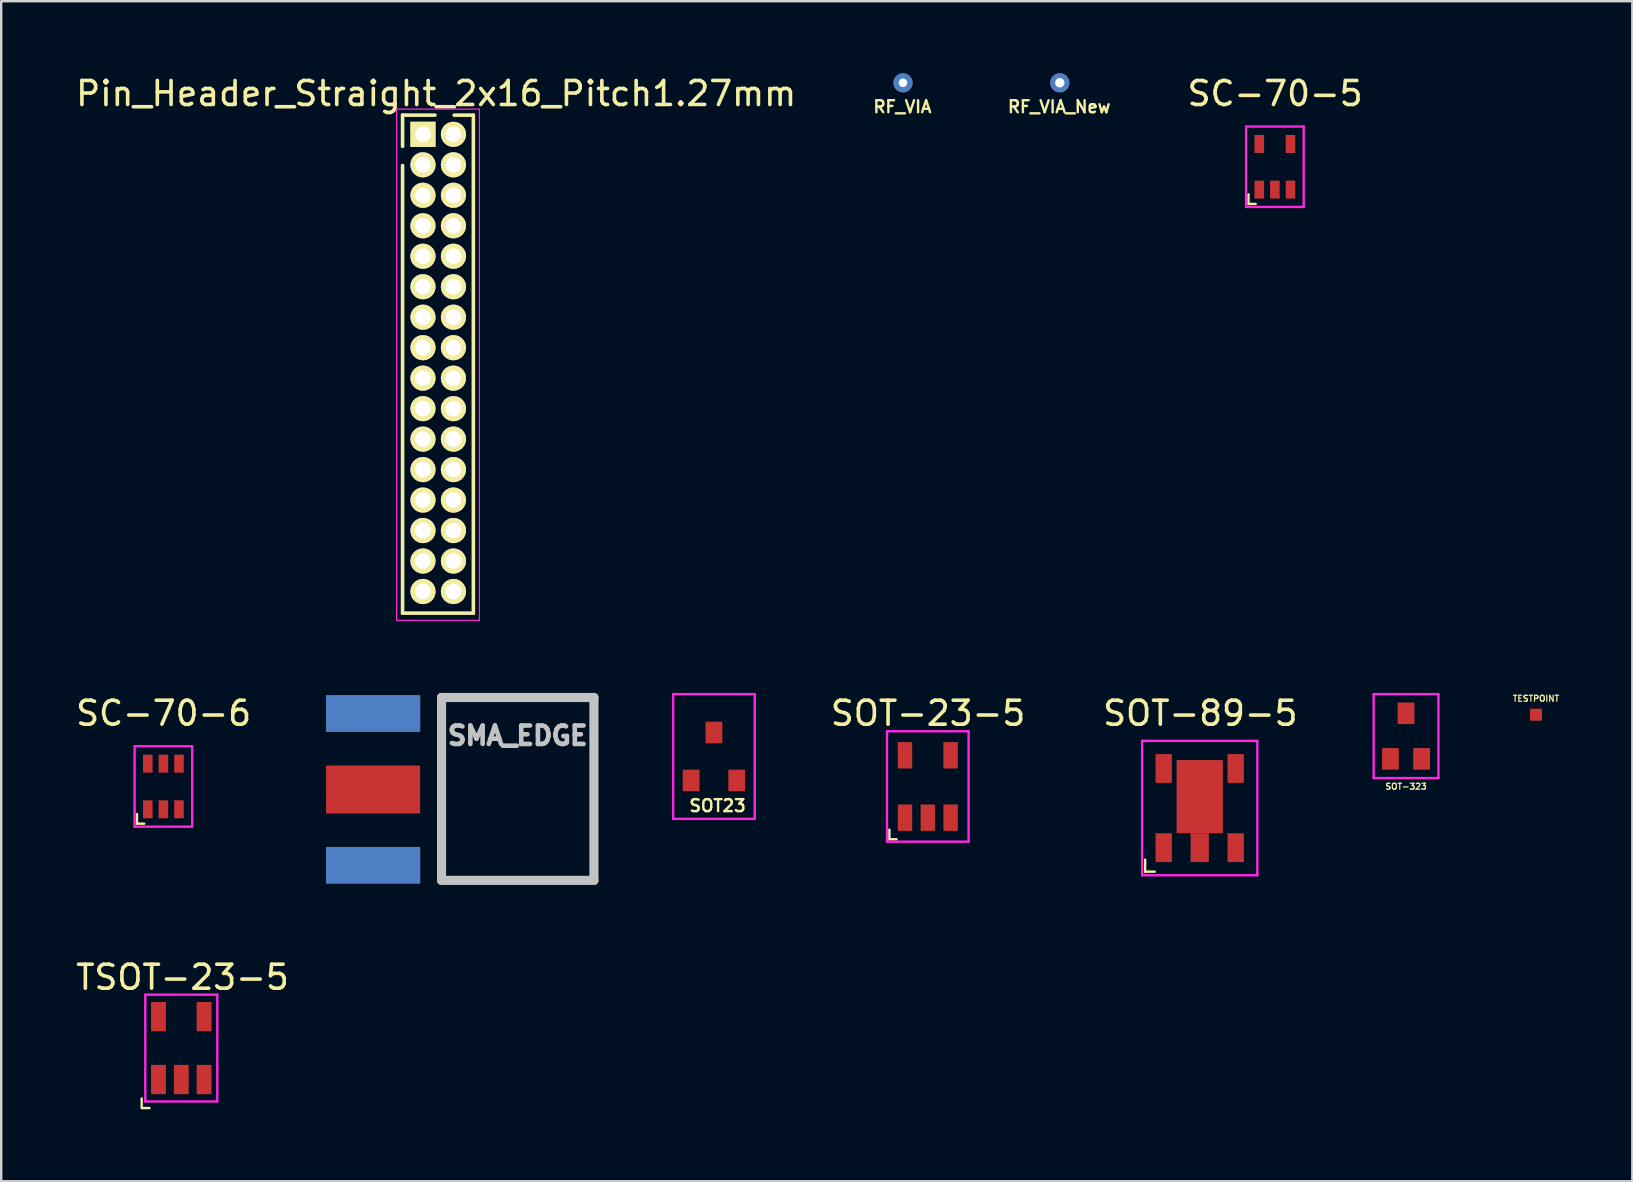
<source format=kicad_pcb>
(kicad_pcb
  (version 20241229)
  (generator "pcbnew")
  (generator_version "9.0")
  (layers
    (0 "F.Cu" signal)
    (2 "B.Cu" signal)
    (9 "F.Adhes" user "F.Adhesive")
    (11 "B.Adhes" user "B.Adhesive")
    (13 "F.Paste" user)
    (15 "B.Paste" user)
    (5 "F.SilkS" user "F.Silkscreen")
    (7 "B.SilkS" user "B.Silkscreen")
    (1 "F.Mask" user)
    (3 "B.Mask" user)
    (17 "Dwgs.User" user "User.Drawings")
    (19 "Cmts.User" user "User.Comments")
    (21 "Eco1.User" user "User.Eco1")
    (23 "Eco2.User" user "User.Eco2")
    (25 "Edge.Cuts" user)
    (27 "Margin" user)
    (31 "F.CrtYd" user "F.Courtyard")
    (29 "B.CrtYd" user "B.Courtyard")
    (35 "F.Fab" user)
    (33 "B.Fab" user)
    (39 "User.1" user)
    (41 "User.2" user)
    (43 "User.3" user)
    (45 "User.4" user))
  (footprint "RF_VIA"
    (layer "F.Cu")
    (at 34.577 0.4)
    (property "Reference" "RF_VIA" (at -0.025 1 0) (layer "F.SilkS") (effects (font (size 0.5 0.5) (thickness 0.1))))
    (attr through_hole)
    (pad "1" thru_hole circle (at 0 0) (size 0.8 0.8) (drill 0.356) (layers "*.Cu")))
  (footprint "SOT-89-5"
    (layer "F.Cu")
    (at 46.942 30.622)
    (property "Reference" "SOT-89-5" (at 0.025 -3.95 0) (layer "F.SilkS") (effects (font (size 1 1) (thickness 0.15))))
    (attr smd)
    (fp_line (start -2.275 2.15) (end -2.275 2.65) (stroke (width 0.1) (type solid)) (layer "F.SilkS"))
    (fp_line (start -2.275 2.65) (end -1.875 2.65) (stroke (width 0.1) (type solid)) (layer "F.SilkS"))
    (fp_line (start -2.4 -2.8) (end -2.4 2.8) (stroke (width 0.1) (type solid)) (layer "F.CrtYd"))
    (fp_line (start -2.4 2.8) (end 2.4 2.8) (stroke (width 0.1) (type solid)) (layer "F.CrtYd"))
    (fp_line (start 2.4 -2.8) (end -2.4 -2.8) (stroke (width 0.1) (type solid)) (layer "F.CrtYd"))
    (fp_line (start 2.4 2.8) (end 2.4 -2.8) (stroke (width 0.1) (type solid)) (layer "F.CrtYd"))
    (pad "1" smd rect (at -1.5 1.65) (size 0.68 1.2) (layers "F.Cu" "F.Mask" "F.Paste"))
    (pad "2" smd rect (at 0 -0.475) (size 1.93 3.05) (layers "F.Cu" "F.Mask" "F.Paste"))
    (pad "2" smd rect (at 0 1.65) (size 0.76 1.2) (layers "F.Cu" "F.Mask" "F.Paste"))
    (pad "3" smd rect (at 1.5 1.65) (size 0.68 1.2) (layers "F.Cu" "F.Mask" "F.Paste"))
    (pad "4" smd rect (at 1.5 -1.65) (size 0.68 1.2) (layers "F.Cu" "F.Mask" "F.Paste"))
    (pad "5" smd rect (at -1.5 -1.65) (size 0.68 1.2) (layers "F.Cu" "F.Mask" "F.Paste")))
  (footprint "RF_VIA_New"
    (layer "F.Cu")
    (at 41.111 0.4)
    (property "Reference" "RF_VIA_New" (at -0.025 1 0) (layer "F.SilkS") (effects (font (size 0.5 0.5) (thickness 0.1))))
    (attr through_hole)
    (pad "1" thru_hole circle (at 0 0) (size 0.8 0.8) (drill 0.39) (layers "*.Cu")))
  (footprint "TESTPOINT"
    (layer "F.Cu")
    (at 60.954 26.732)
    (property "Reference" "TESTPOINT" (at 0 -0.675 0) (layer "F.SilkS") (effects (font (size 0.25 0.25) (thickness 0.05))))
    (attr through_hole)
    (pad "1" smd rect (at 0 0) (size 0.5 0.5) (layers "F.Cu" "F.Mask" "F.Paste")))
  (footprint "SOT-323"
    (layer "F.Cu")
    (at 55.539 27.623)
    (property "Reference" "SOT-323" (at 0 2.1 0) (layer "F.SilkS") (effects (font (size 0.25 0.25) (thickness 0.05))))
    (attr through_hole)
    (fp_line (start -1.35 -1.75) (end -1.35 1.75) (stroke (width 0.1) (type solid)) (layer "F.CrtYd"))
    (fp_line (start -1.35 1.75) (end 1.35 1.75) (stroke (width 0.1) (type solid)) (layer "F.CrtYd"))
    (fp_line (start 1.35 -1.75) (end -1.35 -1.75) (stroke (width 0.1) (type solid)) (layer "F.CrtYd"))
    (fp_line (start 1.35 1.75) (end 1.35 -1.75) (stroke (width 0.1) (type solid)) (layer "F.CrtYd"))
    (pad "1" smd rect (at -0.65 0.95) (size 0.7 0.9) (layers "F.Cu" "F.Mask" "F.Paste"))
    (pad "2" smd rect (at 0.65 0.95) (size 0.7 0.9) (layers "F.Cu" "F.Mask" "F.Paste"))
    (pad "3" smd rect (at 0 -0.95) (size 0.7 0.9) (layers "F.Cu" "F.Mask" "F.Paste")))
  (footprint "SOT-23-5"
    (layer "F.Cu")
    (at 35.611 29.722)
    (property "Reference" "SOT-23-5" (at 0.01 -3.051 0) (layer "F.SilkS") (effects (font (size 1 1) (thickness 0.15))))
    (attr smd)
    (fp_line (start -1.6 1.8) (end -1.6 2.2) (stroke (width 0.1) (type solid)) (layer "F.SilkS"))
    (fp_line (start -1.6 2.2) (end -1.3 2.2) (stroke (width 0.1) (type solid)) (layer "F.SilkS"))
    (fp_line (start -1.7 -2.3) (end -1.7 2.3) (stroke (width 0.1) (type solid)) (layer "F.CrtYd"))
    (fp_line (start -1.7 2.3) (end 1.7 2.3) (stroke (width 0.1) (type solid)) (layer "F.CrtYd"))
    (fp_line (start 1.7 -2.3) (end -1.7 -2.3) (stroke (width 0.1) (type solid)) (layer "F.CrtYd"))
    (fp_line (start 1.7 2.3) (end 1.7 -2.3) (stroke (width 0.1) (type solid)) (layer "F.CrtYd"))
    (pad "1" smd rect (at -0.95 1.3) (size 0.6 1.1) (layers "F.Cu" "F.Mask" "F.Paste"))
    (pad "2" smd rect (at 0 1.3) (size 0.6 1.1) (layers "F.Cu" "F.Mask" "F.Paste"))
    (pad "3" smd rect (at 0.95 1.3) (size 0.6 1.1) (layers "F.Cu" "F.Mask" "F.Paste"))
    (pad "4" smd rect (at 0.95 -1.3) (size 0.6 1.1) (layers "F.Cu" "F.Mask" "F.Paste"))
    (pad "5" smd rect (at -0.95 -1.3) (size 0.6 1.1) (layers "F.Cu" "F.Mask" "F.Paste")))
  (footprint "Pin_Header_Straight_2x16_Pitch1.27mm"
    (layer "F.Cu")
    (at 14.575 2.548)
    (property "Reference" "Pin_Header_Straight_2x16_Pitch1.27mm" (at 0.55 -1.7 0) (layer "F.SilkS") (effects (font (size 1 1) (thickness 0.15))))
    (attr through_hole)
    (fp_line (start -0.85 -0.8) (end -0.85 0.5) (stroke (width 0.15) (type solid)) (layer "F.SilkS"))
    (fp_line (start -0.85 19.95) (end -0.85 1.3) (stroke (width 0.15) (type solid)) (layer "F.SilkS"))
    (fp_line (start 0.5 -0.8) (end -0.85 -0.8) (stroke (width 0.15) (type solid)) (layer "F.SilkS"))
    (fp_line (start 2.1 -0.8) (end 1.3 -0.8) (stroke (width 0.15) (type solid)) (layer "F.SilkS"))
    (fp_line (start 2.1 19.95) (end -0.85 19.95) (stroke (width 0.15) (type solid)) (layer "F.SilkS"))
    (fp_line (start 2.1 19.95) (end 2.1 -0.8) (stroke (width 0.15) (type solid)) (layer "F.SilkS"))
    (fp_line (start -1.1 -1.05) (end -1.1 20.25) (stroke (width 0.05) (type solid)) (layer "F.CrtYd"))
    (fp_line (start -1.1 -1.05) (end 2.35 -1.05) (stroke (width 0.05) (type solid)) (layer "F.CrtYd"))
    (fp_line (start -1.1 20.25) (end 2.35 20.25) (stroke (width 0.05) (type solid)) (layer "F.CrtYd"))
    (fp_line (start 2.35 -1.05) (end 2.35 20.25) (stroke (width 0.05) (type solid)) (layer "F.CrtYd"))
    (pad "1" thru_hole rect (at 0 0) (size 1.05 1.05) (drill 0.65) (layers "*.Cu" "*.Mask" "F.SilkS"))
    (pad "2" thru_hole circle (at 1.27 0) (size 1.05 1.05) (drill 0.65) (layers "*.Cu" "*.Mask" "F.SilkS"))
    (pad "3" thru_hole circle (at 0 1.27) (size 1.05 1.05) (drill 0.65) (layers "*.Cu" "*.Mask" "F.SilkS"))
    (pad "4" thru_hole circle (at 1.27 1.27) (size 1.05 1.05) (drill 0.65) (layers "*.Cu" "*.Mask" "F.SilkS"))
    (pad "5" thru_hole circle (at 0 2.54) (size 1.05 1.05) (drill 0.65) (layers "*.Cu" "*.Mask" "F.SilkS"))
    (pad "6" thru_hole circle (at 1.27 2.54) (size 1.05 1.05) (drill 0.65) (layers "*.Cu" "*.Mask" "F.SilkS"))
    (pad "7" thru_hole circle (at 0 3.81) (size 1.05 1.05) (drill 0.65) (layers "*.Cu" "*.Mask" "F.SilkS"))
    (pad "8" thru_hole circle (at 1.27 3.81) (size 1.05 1.05) (drill 0.65) (layers "*.Cu" "*.Mask" "F.SilkS"))
    (pad "9" thru_hole circle (at 0 5.08) (size 1.05 1.05) (drill 0.65) (layers "*.Cu" "*.Mask" "F.SilkS"))
    (pad "10" thru_hole circle (at 1.27 5.08) (size 1.05 1.05) (drill 0.65) (layers "*.Cu" "*.Mask" "F.SilkS"))
    (pad "11" thru_hole oval (at 0 6.35) (size 1.05 1.05) (drill 0.65) (layers "*.Cu" "*.Mask" "F.SilkS"))
    (pad "12" thru_hole circle (at 1.27 6.35) (size 1.05 1.05) (drill 0.65) (layers "*.Cu" "*.Mask" "F.SilkS"))
    (pad "13" thru_hole circle (at 0 7.62) (size 1.05 1.05) (drill 0.65) (layers "*.Cu" "*.Mask" "F.SilkS"))
    (pad "14" thru_hole circle (at 1.27 7.62) (size 1.05 1.05) (drill 0.65) (layers "*.Cu" "*.Mask" "F.SilkS"))
    (pad "15" thru_hole circle (at 0 8.89) (size 1.05 1.05) (drill 0.65) (layers "*.Cu" "*.Mask" "F.SilkS"))
    (pad "16" thru_hole circle (at 1.27 8.89) (size 1.05 1.05) (drill 0.65) (layers "*.Cu" "*.Mask" "F.SilkS"))
    (pad "17" thru_hole circle (at 0 10.16) (size 1.05 1.05) (drill 0.65) (layers "*.Cu" "*.Mask" "F.SilkS"))
    (pad "18" thru_hole circle (at 1.27 10.16) (size 1.05 1.05) (drill 0.65) (layers "*.Cu" "*.Mask" "F.SilkS"))
    (pad "19" thru_hole circle (at 0 11.43) (size 1.05 1.05) (drill 0.65) (layers "*.Cu" "*.Mask" "F.SilkS"))
    (pad "20" thru_hole circle (at 1.27 11.43) (size 1.05 1.05) (drill 0.65) (layers "*.Cu" "*.Mask" "F.SilkS"))
    (pad "21" thru_hole circle (at 0 12.7) (size 1.05 1.05) (drill 0.65) (layers "*.Cu" "*.Mask" "F.SilkS"))
    (pad "22" thru_hole circle (at 1.27 12.7) (size 1.05 1.05) (drill 0.65) (layers "*.Cu" "*.Mask" "F.SilkS"))
    (pad "23" thru_hole oval (at 0 13.97) (size 1.05 1.05) (drill 0.65) (layers "*.Cu" "*.Mask" "F.SilkS"))
    (pad "24" thru_hole circle (at 1.27 13.97) (size 1.05 1.05) (drill 0.65) (layers "*.Cu" "*.Mask" "F.SilkS"))
    (pad "25" thru_hole circle (at 0 15.24) (size 1.05 1.05) (drill 0.65) (layers "*.Cu" "*.Mask" "F.SilkS"))
    (pad "26" thru_hole circle (at 1.27 15.24) (size 1.05 1.05) (drill 0.65) (layers "*.Cu" "*.Mask" "F.SilkS"))
    (pad "27" thru_hole circle (at 0 16.51) (size 1.05 1.05) (drill 0.65) (layers "*.Cu" "*.Mask" "F.SilkS"))
    (pad "28" thru_hole circle (at 1.27 16.51) (size 1.05 1.05) (drill 0.65) (layers "*.Cu" "*.Mask" "F.SilkS"))
    (pad "29" thru_hole circle (at 0 17.78) (size 1.05 1.05) (drill 0.65) (layers "*.Cu" "*.Mask" "F.SilkS"))
    (pad "30" thru_hole circle (at 1.27 17.78) (size 1.05 1.05) (drill 0.65) (layers "*.Cu" "*.Mask" "F.SilkS"))
    (pad "31" thru_hole circle (at 0 19.05) (size 1.05 1.05) (drill 0.65) (layers "*.Cu" "*.Mask" "F.SilkS"))
    (pad "32" thru_hole circle (at 1.27 19.05) (size 1.05 1.05) (drill 0.65) (layers "*.Cu" "*.Mask" "F.SilkS")))
  (footprint "SC-70-6"
    (layer "F.Cu")
    (at 3.758 29.722)
    (property "Reference" "SC-70-6" (at 0.01 -3.051 0) (layer "F.SilkS") (effects (font (size 1 1) (thickness 0.15))))
    (attr smd)
    (fp_line (start -1.1 1.15) (end -1.1 1.55) (stroke (width 0.1) (type solid)) (layer "F.SilkS"))
    (fp_line (start -1.1 1.55) (end -0.8 1.55) (stroke (width 0.1) (type solid)) (layer "F.SilkS"))
    (fp_line (start -1.2 -1.675) (end -1.2 1.675) (stroke (width 0.1) (type solid)) (layer "F.CrtYd"))
    (fp_line (start -1.2 1.675) (end 1.2 1.675) (stroke (width 0.1) (type solid)) (layer "F.CrtYd"))
    (fp_line (start 1.2 -1.675) (end -1.2 -1.675) (stroke (width 0.1) (type solid)) (layer "F.CrtYd"))
    (fp_line (start 1.2 1.675) (end 1.2 -1.675) (stroke (width 0.1) (type solid)) (layer "F.CrtYd"))
    (pad "1" smd rect (at -0.65 0.95) (size 0.399 0.749) (layers "F.Cu" "F.Mask" "F.Paste"))
    (pad "2" smd rect (at 0 0.95) (size 0.399 0.749) (layers "F.Cu" "F.Mask" "F.Paste"))
    (pad "3" smd rect (at 0.65 0.95) (size 0.399 0.749) (layers "F.Cu" "F.Mask" "F.Paste"))
    (pad "4" smd rect (at 0.65 -0.95) (size 0.399 0.749) (layers "F.Cu" "F.Mask" "F.Paste"))
    (pad "5" smd rect (at 0 -0.95) (size 0.399 0.749) (layers "F.Cu" "F.Mask" "F.Paste"))
    (pad "6" smd rect (at -0.65 -0.95) (size 0.399 0.749) (layers "F.Cu" "F.Mask" "F.Paste")))
  (footprint "SOT23"
    (layer "F.Cu")
    (at 26.699 28.473)
    (property "Reference" "SOT23" (at 0.15 2.05 0) (layer "F.SilkS") (effects (font (size 0.5 0.5) (thickness 0.1))))
    (attr through_hole)
    (fp_line (start -1.7 -2.6) (end -1.7 2.6) (stroke (width 0.1) (type solid)) (layer "F.CrtYd"))
    (fp_line (start -1.7 -2.6) (end 1.7 -2.6) (stroke (width 0.1) (type solid)) (layer "F.CrtYd"))
    (fp_line (start 1.7 -2.6) (end 1.7 2.6) (stroke (width 0.1) (type solid)) (layer "F.CrtYd"))
    (fp_line (start 1.7 2.6) (end -1.7 2.6) (stroke (width 0.1) (type solid)) (layer "F.CrtYd"))
    (pad "1" smd rect (at -0.95 1) (size 0.7 0.9) (layers "F.Cu" "F.Mask" "F.Paste"))
    (pad "2" smd rect (at 0.95 1) (size 0.7 0.9) (layers "F.Cu" "F.Mask" "F.Paste"))
    (pad "3" smd rect (at 0 -1) (size 0.7 0.9) (layers "F.Cu" "F.Mask" "F.Paste")))
  (footprint "SMA_EDGE"
    (layer "F.Cu")
    (at 21.699 28.579)
    (property "Reference" "SMA_EDGE" (at -3.175 -0.975 0) (layer "Dwgs.User") (effects (font (size 0.768 0.768) (thickness 0.192))))
    (attr through_hole)
    (fp_line (start -6.35 -2.565) (end -6.35 5.055) (stroke (width 0.381) (type solid)) (layer "Dwgs.User"))
    (fp_line (start -6.35 5.055) (end 0 5.055) (stroke (width 0.381) (type solid)) (layer "Dwgs.User"))
    (fp_line (start 0 -2.565) (end -6.35 -2.565) (stroke (width 0.381) (type solid)) (layer "Dwgs.User"))
    (fp_line (start 0 5.055) (end 0 -2.565) (stroke (width 0.381) (type solid)) (layer "Dwgs.User"))
    (pad "0" connect rect (at -9.202 -1.895) (size 3.922 1.524) (layers "F.Cu" "F.Mask"))
    (pad "1" connect rect (at -9.202 1.27) (size 3.922 1.999) (layers "F.Cu" "F.Mask"))
    (pad "2" connect rect (at -9.202 4.43) (size 3.922 1.524) (layers "F.Cu" "F.Mask"))
    (pad "3" connect rect (at -9.202 -1.9) (size 3.922 1.524) (layers "B.Cu" "B.Mask"))
    (pad "4" connect rect (at -9.202 4.425) (size 3.922 1.524) (layers "B.Cu" "B.Mask")))
  (footprint "SC-70-5"
    (layer "F.Cu")
    (at 50.074 3.899)
    (property "Reference" "SC-70-5" (at 0.01 -3.051 0) (layer "F.SilkS") (effects (font (size 1 1) (thickness 0.15))))
    (attr smd)
    (fp_line (start -1.1 1.15) (end -1.1 1.55) (stroke (width 0.1) (type solid)) (layer "F.SilkS"))
    (fp_line (start -1.1 1.55) (end -0.8 1.55) (stroke (width 0.1) (type solid)) (layer "F.SilkS"))
    (fp_line (start -1.2 -1.675) (end -1.2 1.675) (stroke (width 0.1) (type solid)) (layer "F.CrtYd"))
    (fp_line (start -1.2 1.675) (end 1.2 1.675) (stroke (width 0.1) (type solid)) (layer "F.CrtYd"))
    (fp_line (start 1.2 -1.675) (end -1.2 -1.675) (stroke (width 0.1) (type solid)) (layer "F.CrtYd"))
    (fp_line (start 1.2 1.675) (end 1.2 -1.675) (stroke (width 0.1) (type solid)) (layer "F.CrtYd"))
    (pad "1" smd rect (at -0.65 0.95) (size 0.399 0.749) (layers "F.Cu" "F.Mask" "F.Paste"))
    (pad "2" smd rect (at 0 0.95) (size 0.399 0.749) (layers "F.Cu" "F.Mask" "F.Paste"))
    (pad "3" smd rect (at 0.65 0.95) (size 0.399 0.749) (layers "F.Cu" "F.Mask" "F.Paste"))
    (pad "4" smd rect (at 0.65 -0.95) (size 0.399 0.749) (layers "F.Cu" "F.Mask" "F.Paste"))
    (pad "5" smd rect (at -0.65 -0.95) (size 0.399 0.749) (layers "F.Cu" "F.Mask" "F.Paste")))
  (footprint "TSOT-23-5"
    (layer "F.Cu")
    (at 4.504 40.623)
    (property "Reference" "TSOT-23-5" (at 0.05 -2.95 0) (layer "F.SilkS") (effects (font (size 1 1) (thickness 0.15))))
    (attr smd)
    (fp_line (start -1.65 2.1) (end -1.65 2.5) (stroke (width 0.1) (type solid)) (layer "F.SilkS"))
    (fp_line (start -1.625 2.5) (end -1.325 2.5) (stroke (width 0.1) (type solid)) (layer "F.SilkS"))
    (fp_line (start -1.5 -2.225) (end -1.5 2.225) (stroke (width 0.1) (type solid)) (layer "F.CrtYd"))
    (fp_line (start -1.5 2.225) (end 1.5 2.225) (stroke (width 0.1) (type solid)) (layer "F.CrtYd"))
    (fp_line (start 1.5 -2.225) (end -1.5 -2.225) (stroke (width 0.1) (type solid)) (layer "F.CrtYd"))
    (fp_line (start 1.5 2.225) (end 1.5 -2.225) (stroke (width 0.1) (type solid)) (layer "F.CrtYd"))
    (pad "1" smd rect (at -0.95 1.31) (size 0.62 1.22) (layers "F.Cu" "F.Mask" "F.Paste"))
    (pad "2" smd rect (at 0 1.31) (size 0.62 1.22) (layers "F.Cu" "F.Mask" "F.Paste"))
    (pad "3" smd rect (at 0.95 1.31) (size 0.62 1.22) (layers "F.Cu" "F.Mask" "F.Paste"))
    (pad "4" smd rect (at 0.95 -1.31) (size 0.62 1.22) (layers "F.Cu" "F.Mask" "F.Paste"))
    (pad "5" smd rect (at -0.95 -1.31) (size 0.62 1.22) (layers "F.Cu" "F.Mask" "F.Paste")))
  (gr_rect
    (start -3 -3)
    (end 64.968 46.172)
    (stroke (width 0.1) (type default))
    (fill no)
    (layer "Edge.Cuts")))
</source>
